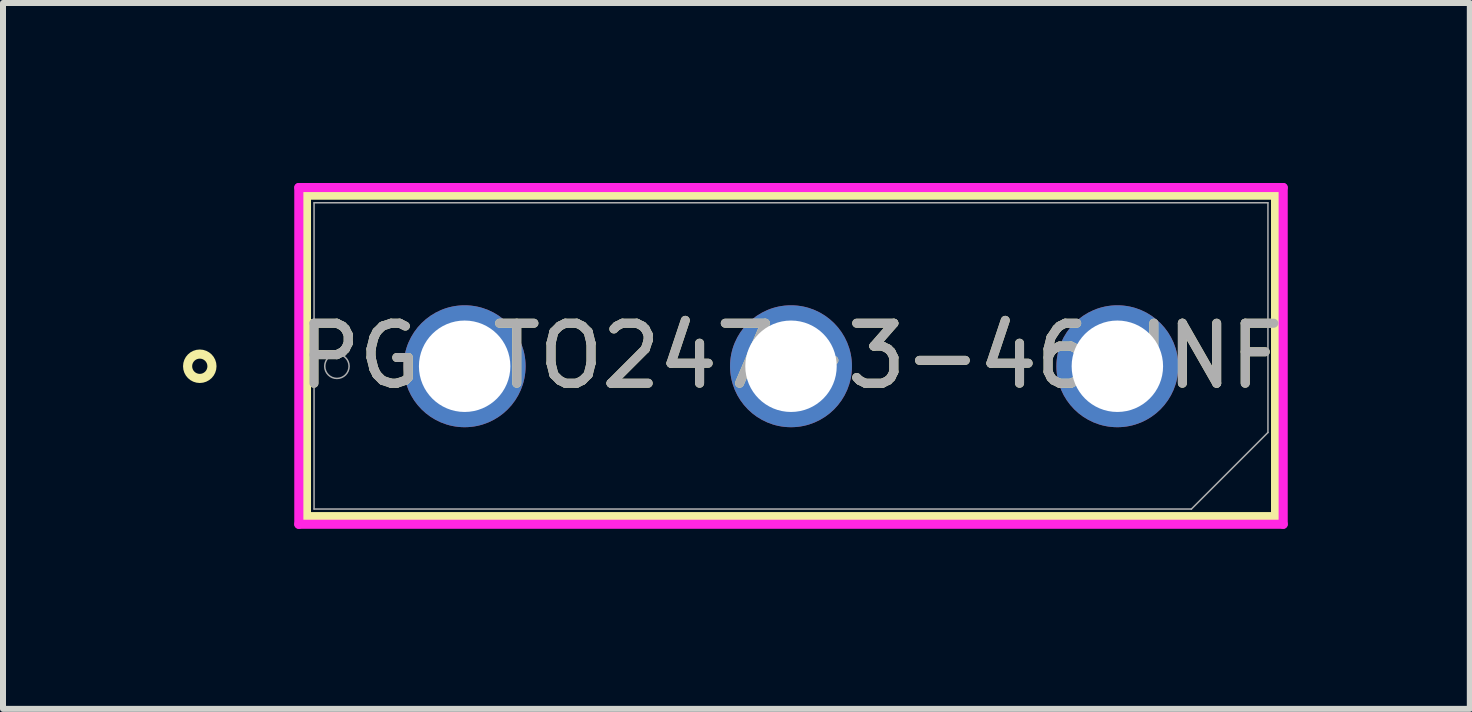
<source format=kicad_pcb>
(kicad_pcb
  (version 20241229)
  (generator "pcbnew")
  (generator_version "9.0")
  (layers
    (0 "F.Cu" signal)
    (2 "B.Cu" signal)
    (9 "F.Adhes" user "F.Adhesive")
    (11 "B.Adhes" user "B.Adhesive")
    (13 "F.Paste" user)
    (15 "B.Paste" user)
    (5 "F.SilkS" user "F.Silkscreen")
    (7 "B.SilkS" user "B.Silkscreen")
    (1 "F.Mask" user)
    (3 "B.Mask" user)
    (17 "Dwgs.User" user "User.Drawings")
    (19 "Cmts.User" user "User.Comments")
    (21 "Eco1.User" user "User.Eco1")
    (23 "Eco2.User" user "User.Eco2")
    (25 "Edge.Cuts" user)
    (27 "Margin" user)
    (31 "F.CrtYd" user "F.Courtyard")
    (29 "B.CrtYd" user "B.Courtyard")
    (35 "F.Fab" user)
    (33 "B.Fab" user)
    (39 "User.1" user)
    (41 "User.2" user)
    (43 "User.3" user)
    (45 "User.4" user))
  (footprint "PG-TO247-3-46_INF"
    (layer "F.Cu")
    (at 4.695 3.055)
    (property "Reference" "PG-TO247-3-46_INF" (at 5.44 -0.172 0) (unlocked yes) (layer "F.SilkS") (effects (font (size 1 1) (thickness 0.15))))
    (attr through_hole)
    (fp_line (start -2.637 -2.852) (end 13.517 -2.852) (stroke (width 0.152) (type solid)) (layer "F.SilkS"))
    (fp_line (start -2.637 2.507) (end -2.637 -2.852) (stroke (width 0.152) (type solid)) (layer "F.SilkS"))
    (fp_line (start 13.517 -2.852) (end 13.517 2.507) (stroke (width 0.152) (type solid)) (layer "F.SilkS"))
    (fp_line (start 13.517 2.507) (end -2.637 2.507) (stroke (width 0.152) (type solid)) (layer "F.SilkS"))
    (fp_circle (center -4.415 0) (end -4.212 0) (stroke (width 0.152) (type solid)) (fill no) (layer "F.SilkS"))
    (fp_line (start -2.764 -2.979) (end 13.644 -2.979) (stroke (width 0.152) (type solid)) (layer "F.CrtYd"))
    (fp_line (start -2.764 2.634) (end -2.764 -2.979) (stroke (width 0.152) (type solid)) (layer "F.CrtYd"))
    (fp_line (start 13.644 -2.979) (end 13.644 2.634) (stroke (width 0.152) (type solid)) (layer "F.CrtYd"))
    (fp_line (start 13.644 2.634) (end -2.764 2.634) (stroke (width 0.152) (type solid)) (layer "F.CrtYd"))
    (fp_line (start -2.51 -2.725) (end 13.39 -2.725) (stroke (width 0.025) (type solid)) (layer "F.Fab"))
    (fp_line (start -2.51 2.38) (end -2.51 -2.725) (stroke (width 0.025) (type solid)) (layer "F.Fab"))
    (fp_line (start 12.114 2.38) (end -2.51 2.38) (stroke (width 0.025) (type solid)) (layer "F.Fab"))
    (fp_line (start 13.39 -2.725) (end 13.39 1.104) (stroke (width 0.025) (type solid)) (layer "F.Fab"))
    (fp_line (start 13.39 1.104) (end 12.114 2.38) (stroke (width 0.025) (type solid)) (layer "F.Fab"))
    (fp_circle (center -2.129 0) (end -1.926 0) (stroke (width 0.025) (type solid)) (fill no) (layer "F.Fab"))
    (fp_text user "${REFERENCE}" (at 5.44 -0.172 0) (unlocked yes) (layer "F.Fab") (effects (font (size 1 1) (thickness 0.15))))
    (pad "1" thru_hole circle (at 0 0) (size 2.032 2.032) (drill 1.524) (layers "*.Cu" "*.Mask"))
    (pad "2" thru_hole circle (at 5.44 0) (size 2.032 2.032) (drill 1.524) (layers "*.Cu" "*.Mask"))
    (pad "3" thru_hole circle (at 10.88 0) (size 2.032 2.032) (drill 1.524) (layers "*.Cu" "*.Mask")))
  (gr_rect
    (start -3 -3)
    (end 21.45 8.766)
    (stroke (width 0.1) (type default))
    (fill no)
    (layer "Edge.Cuts")))
</source>
